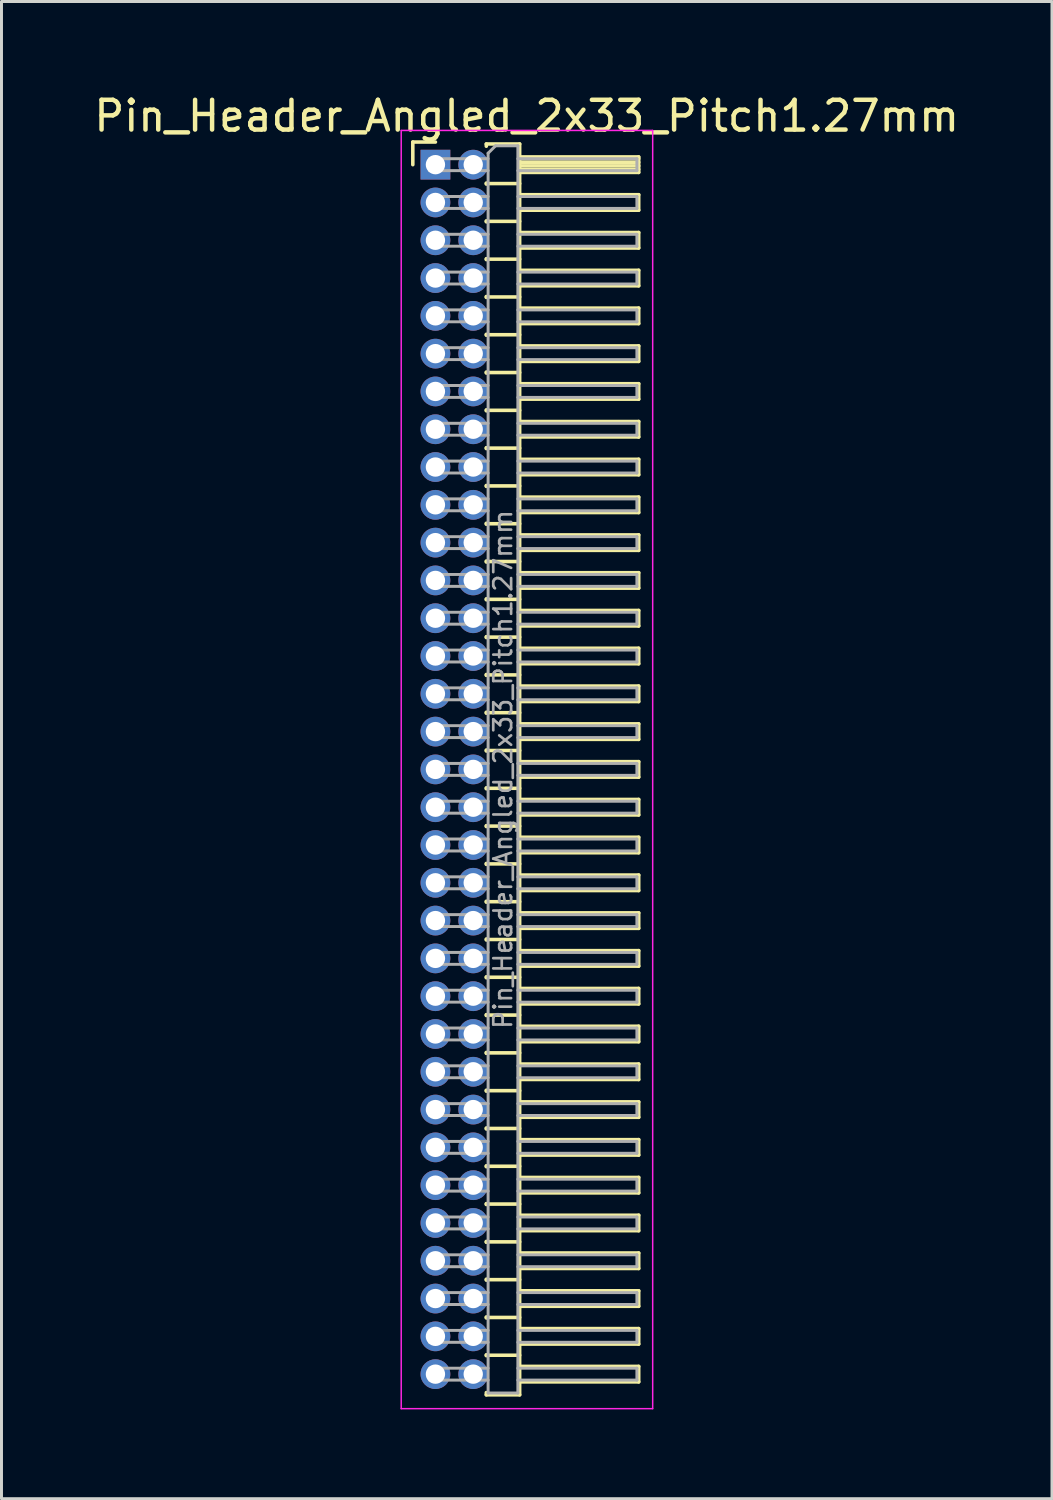
<source format=kicad_pcb>
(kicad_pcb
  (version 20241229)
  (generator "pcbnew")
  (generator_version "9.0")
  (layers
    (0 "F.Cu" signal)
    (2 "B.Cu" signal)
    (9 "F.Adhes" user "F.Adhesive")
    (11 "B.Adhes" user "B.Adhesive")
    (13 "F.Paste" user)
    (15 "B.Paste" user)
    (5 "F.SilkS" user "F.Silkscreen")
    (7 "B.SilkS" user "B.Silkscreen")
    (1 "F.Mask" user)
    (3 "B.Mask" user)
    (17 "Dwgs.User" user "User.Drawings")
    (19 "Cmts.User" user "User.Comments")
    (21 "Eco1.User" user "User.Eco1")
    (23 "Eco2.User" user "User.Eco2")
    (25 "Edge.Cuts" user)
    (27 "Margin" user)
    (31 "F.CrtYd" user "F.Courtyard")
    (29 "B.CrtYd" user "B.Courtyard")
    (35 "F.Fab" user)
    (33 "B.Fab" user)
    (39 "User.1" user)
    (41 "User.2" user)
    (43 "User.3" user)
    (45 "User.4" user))
  (footprint "Pin_Header_Angled_2x33_Pitch1.27mm"
    (layer "F.Cu")
    (at 11.581 2.483)
    (property "Reference" "Pin_Header_Angled_2x33_Pitch1.27mm" (at 3.067 -1.635 0) (layer "F.SilkS") (effects (font (size 1 1) (thickness 0.15))))
    (attr through_hole)
    (fp_line (start -0.76 -0.76) (end 0 -0.76) (stroke (width 0.12) (type solid)) (layer "F.SilkS"))
    (fp_line (start -0.76 0) (end -0.76 -0.76) (stroke (width 0.12) (type solid)) (layer "F.SilkS"))
    (fp_line (start 1.71 -0.695) (end 2.83 -0.695) (stroke (width 0.12) (type solid)) (layer "F.SilkS"))
    (fp_line (start 1.71 -0.62) (end 1.71 -0.695) (stroke (width 0.12) (type solid)) (layer "F.SilkS"))
    (fp_line (start 1.71 0.62) (end 1.71 0.65) (stroke (width 0.12) (type solid)) (layer "F.SilkS"))
    (fp_line (start 1.71 0.635) (end 2.83 0.635) (stroke (width 0.12) (type solid)) (layer "F.SilkS"))
    (fp_line (start 1.71 1.89) (end 1.71 1.92) (stroke (width 0.12) (type solid)) (layer "F.SilkS"))
    (fp_line (start 1.71 1.905) (end 2.83 1.905) (stroke (width 0.12) (type solid)) (layer "F.SilkS"))
    (fp_line (start 1.71 3.16) (end 1.71 3.19) (stroke (width 0.12) (type solid)) (layer "F.SilkS"))
    (fp_line (start 1.71 3.175) (end 2.83 3.175) (stroke (width 0.12) (type solid)) (layer "F.SilkS"))
    (fp_line (start 1.71 4.43) (end 1.71 4.46) (stroke (width 0.12) (type solid)) (layer "F.SilkS"))
    (fp_line (start 1.71 4.445) (end 2.83 4.445) (stroke (width 0.12) (type solid)) (layer "F.SilkS"))
    (fp_line (start 1.71 5.7) (end 1.71 5.73) (stroke (width 0.12) (type solid)) (layer "F.SilkS"))
    (fp_line (start 1.71 5.715) (end 2.83 5.715) (stroke (width 0.12) (type solid)) (layer "F.SilkS"))
    (fp_line (start 1.71 6.97) (end 1.71 7) (stroke (width 0.12) (type solid)) (layer "F.SilkS"))
    (fp_line (start 1.71 6.985) (end 2.83 6.985) (stroke (width 0.12) (type solid)) (layer "F.SilkS"))
    (fp_line (start 1.71 8.24) (end 1.71 8.27) (stroke (width 0.12) (type solid)) (layer "F.SilkS"))
    (fp_line (start 1.71 8.255) (end 2.83 8.255) (stroke (width 0.12) (type solid)) (layer "F.SilkS"))
    (fp_line (start 1.71 9.51) (end 1.71 9.54) (stroke (width 0.12) (type solid)) (layer "F.SilkS"))
    (fp_line (start 1.71 9.525) (end 2.83 9.525) (stroke (width 0.12) (type solid)) (layer "F.SilkS"))
    (fp_line (start 1.71 10.78) (end 1.71 10.81) (stroke (width 0.12) (type solid)) (layer "F.SilkS"))
    (fp_line (start 1.71 10.795) (end 2.83 10.795) (stroke (width 0.12) (type solid)) (layer "F.SilkS"))
    (fp_line (start 1.71 12.05) (end 1.71 12.08) (stroke (width 0.12) (type solid)) (layer "F.SilkS"))
    (fp_line (start 1.71 12.065) (end 2.83 12.065) (stroke (width 0.12) (type solid)) (layer "F.SilkS"))
    (fp_line (start 1.71 13.32) (end 1.71 13.35) (stroke (width 0.12) (type solid)) (layer "F.SilkS"))
    (fp_line (start 1.71 13.335) (end 2.83 13.335) (stroke (width 0.12) (type solid)) (layer "F.SilkS"))
    (fp_line (start 1.71 14.59) (end 1.71 14.62) (stroke (width 0.12) (type solid)) (layer "F.SilkS"))
    (fp_line (start 1.71 14.605) (end 2.83 14.605) (stroke (width 0.12) (type solid)) (layer "F.SilkS"))
    (fp_line (start 1.71 15.86) (end 1.71 15.89) (stroke (width 0.12) (type solid)) (layer "F.SilkS"))
    (fp_line (start 1.71 15.875) (end 2.83 15.875) (stroke (width 0.12) (type solid)) (layer "F.SilkS"))
    (fp_line (start 1.71 17.13) (end 1.71 17.16) (stroke (width 0.12) (type solid)) (layer "F.SilkS"))
    (fp_line (start 1.71 17.145) (end 2.83 17.145) (stroke (width 0.12) (type solid)) (layer "F.SilkS"))
    (fp_line (start 1.71 18.4) (end 1.71 18.43) (stroke (width 0.12) (type solid)) (layer "F.SilkS"))
    (fp_line (start 1.71 18.415) (end 2.83 18.415) (stroke (width 0.12) (type solid)) (layer "F.SilkS"))
    (fp_line (start 1.71 19.67) (end 1.71 19.7) (stroke (width 0.12) (type solid)) (layer "F.SilkS"))
    (fp_line (start 1.71 19.685) (end 2.83 19.685) (stroke (width 0.12) (type solid)) (layer "F.SilkS"))
    (fp_line (start 1.71 20.94) (end 1.71 20.97) (stroke (width 0.12) (type solid)) (layer "F.SilkS"))
    (fp_line (start 1.71 20.955) (end 2.83 20.955) (stroke (width 0.12) (type solid)) (layer "F.SilkS"))
    (fp_line (start 1.71 22.21) (end 1.71 22.24) (stroke (width 0.12) (type solid)) (layer "F.SilkS"))
    (fp_line (start 1.71 22.225) (end 2.83 22.225) (stroke (width 0.12) (type solid)) (layer "F.SilkS"))
    (fp_line (start 1.71 23.48) (end 1.71 23.51) (stroke (width 0.12) (type solid)) (layer "F.SilkS"))
    (fp_line (start 1.71 23.495) (end 2.83 23.495) (stroke (width 0.12) (type solid)) (layer "F.SilkS"))
    (fp_line (start 1.71 24.75) (end 1.71 24.78) (stroke (width 0.12) (type solid)) (layer "F.SilkS"))
    (fp_line (start 1.71 24.765) (end 2.83 24.765) (stroke (width 0.12) (type solid)) (layer "F.SilkS"))
    (fp_line (start 1.71 26.02) (end 1.71 26.05) (stroke (width 0.12) (type solid)) (layer "F.SilkS"))
    (fp_line (start 1.71 26.035) (end 2.83 26.035) (stroke (width 0.12) (type solid)) (layer "F.SilkS"))
    (fp_line (start 1.71 27.29) (end 1.71 27.32) (stroke (width 0.12) (type solid)) (layer "F.SilkS"))
    (fp_line (start 1.71 27.305) (end 2.83 27.305) (stroke (width 0.12) (type solid)) (layer "F.SilkS"))
    (fp_line (start 1.71 28.56) (end 1.71 28.59) (stroke (width 0.12) (type solid)) (layer "F.SilkS"))
    (fp_line (start 1.71 28.575) (end 2.83 28.575) (stroke (width 0.12) (type solid)) (layer "F.SilkS"))
    (fp_line (start 1.71 29.83) (end 1.71 29.86) (stroke (width 0.12) (type solid)) (layer "F.SilkS"))
    (fp_line (start 1.71 29.845) (end 2.83 29.845) (stroke (width 0.12) (type solid)) (layer "F.SilkS"))
    (fp_line (start 1.71 31.1) (end 1.71 31.13) (stroke (width 0.12) (type solid)) (layer "F.SilkS"))
    (fp_line (start 1.71 31.115) (end 2.83 31.115) (stroke (width 0.12) (type solid)) (layer "F.SilkS"))
    (fp_line (start 1.71 32.37) (end 1.71 32.4) (stroke (width 0.12) (type solid)) (layer "F.SilkS"))
    (fp_line (start 1.71 32.385) (end 2.83 32.385) (stroke (width 0.12) (type solid)) (layer "F.SilkS"))
    (fp_line (start 1.71 33.64) (end 1.71 33.67) (stroke (width 0.12) (type solid)) (layer "F.SilkS"))
    (fp_line (start 1.71 33.655) (end 2.83 33.655) (stroke (width 0.12) (type solid)) (layer "F.SilkS"))
    (fp_line (start 1.71 34.91) (end 1.71 34.94) (stroke (width 0.12) (type solid)) (layer "F.SilkS"))
    (fp_line (start 1.71 34.925) (end 2.83 34.925) (stroke (width 0.12) (type solid)) (layer "F.SilkS"))
    (fp_line (start 1.71 36.18) (end 1.71 36.21) (stroke (width 0.12) (type solid)) (layer "F.SilkS"))
    (fp_line (start 1.71 36.195) (end 2.83 36.195) (stroke (width 0.12) (type solid)) (layer "F.SilkS"))
    (fp_line (start 1.71 37.45) (end 1.71 37.48) (stroke (width 0.12) (type solid)) (layer "F.SilkS"))
    (fp_line (start 1.71 37.465) (end 2.83 37.465) (stroke (width 0.12) (type solid)) (layer "F.SilkS"))
    (fp_line (start 1.71 38.72) (end 1.71 38.75) (stroke (width 0.12) (type solid)) (layer "F.SilkS"))
    (fp_line (start 1.71 38.735) (end 2.83 38.735) (stroke (width 0.12) (type solid)) (layer "F.SilkS"))
    (fp_line (start 1.71 39.99) (end 1.71 40.02) (stroke (width 0.12) (type solid)) (layer "F.SilkS"))
    (fp_line (start 1.71 40.005) (end 2.83 40.005) (stroke (width 0.12) (type solid)) (layer "F.SilkS"))
    (fp_line (start 1.71 41.335) (end 1.71 41.26) (stroke (width 0.12) (type solid)) (layer "F.SilkS"))
    (fp_line (start 2.83 -0.695) (end 2.83 41.335) (stroke (width 0.12) (type solid)) (layer "F.SilkS"))
    (fp_line (start 2.83 -0.26) (end 6.83 -0.26) (stroke (width 0.12) (type solid)) (layer "F.SilkS"))
    (fp_line (start 2.83 -0.2) (end 6.83 -0.2) (stroke (width 0.12) (type solid)) (layer "F.SilkS"))
    (fp_line (start 2.83 -0.08) (end 6.83 -0.08) (stroke (width 0.12) (type solid)) (layer "F.SilkS"))
    (fp_line (start 2.83 0.04) (end 6.83 0.04) (stroke (width 0.12) (type solid)) (layer "F.SilkS"))
    (fp_line (start 2.83 0.16) (end 6.83 0.16) (stroke (width 0.12) (type solid)) (layer "F.SilkS"))
    (fp_line (start 2.83 1.01) (end 6.83 1.01) (stroke (width 0.12) (type solid)) (layer "F.SilkS"))
    (fp_line (start 2.83 2.28) (end 6.83 2.28) (stroke (width 0.12) (type solid)) (layer "F.SilkS"))
    (fp_line (start 2.83 3.55) (end 6.83 3.55) (stroke (width 0.12) (type solid)) (layer "F.SilkS"))
    (fp_line (start 2.83 4.82) (end 6.83 4.82) (stroke (width 0.12) (type solid)) (layer "F.SilkS"))
    (fp_line (start 2.83 6.09) (end 6.83 6.09) (stroke (width 0.12) (type solid)) (layer "F.SilkS"))
    (fp_line (start 2.83 7.36) (end 6.83 7.36) (stroke (width 0.12) (type solid)) (layer "F.SilkS"))
    (fp_line (start 2.83 8.63) (end 6.83 8.63) (stroke (width 0.12) (type solid)) (layer "F.SilkS"))
    (fp_line (start 2.83 9.9) (end 6.83 9.9) (stroke (width 0.12) (type solid)) (layer "F.SilkS"))
    (fp_line (start 2.83 11.17) (end 6.83 11.17) (stroke (width 0.12) (type solid)) (layer "F.SilkS"))
    (fp_line (start 2.83 12.44) (end 6.83 12.44) (stroke (width 0.12) (type solid)) (layer "F.SilkS"))
    (fp_line (start 2.83 13.71) (end 6.83 13.71) (stroke (width 0.12) (type solid)) (layer "F.SilkS"))
    (fp_line (start 2.83 14.98) (end 6.83 14.98) (stroke (width 0.12) (type solid)) (layer "F.SilkS"))
    (fp_line (start 2.83 16.25) (end 6.83 16.25) (stroke (width 0.12) (type solid)) (layer "F.SilkS"))
    (fp_line (start 2.83 17.52) (end 6.83 17.52) (stroke (width 0.12) (type solid)) (layer "F.SilkS"))
    (fp_line (start 2.83 18.79) (end 6.83 18.79) (stroke (width 0.12) (type solid)) (layer "F.SilkS"))
    (fp_line (start 2.83 20.06) (end 6.83 20.06) (stroke (width 0.12) (type solid)) (layer "F.SilkS"))
    (fp_line (start 2.83 21.33) (end 6.83 21.33) (stroke (width 0.12) (type solid)) (layer "F.SilkS"))
    (fp_line (start 2.83 22.6) (end 6.83 22.6) (stroke (width 0.12) (type solid)) (layer "F.SilkS"))
    (fp_line (start 2.83 23.87) (end 6.83 23.87) (stroke (width 0.12) (type solid)) (layer "F.SilkS"))
    (fp_line (start 2.83 25.14) (end 6.83 25.14) (stroke (width 0.12) (type solid)) (layer "F.SilkS"))
    (fp_line (start 2.83 26.41) (end 6.83 26.41) (stroke (width 0.12) (type solid)) (layer "F.SilkS"))
    (fp_line (start 2.83 27.68) (end 6.83 27.68) (stroke (width 0.12) (type solid)) (layer "F.SilkS"))
    (fp_line (start 2.83 28.95) (end 6.83 28.95) (stroke (width 0.12) (type solid)) (layer "F.SilkS"))
    (fp_line (start 2.83 30.22) (end 6.83 30.22) (stroke (width 0.12) (type solid)) (layer "F.SilkS"))
    (fp_line (start 2.83 31.49) (end 6.83 31.49) (stroke (width 0.12) (type solid)) (layer "F.SilkS"))
    (fp_line (start 2.83 32.76) (end 6.83 32.76) (stroke (width 0.12) (type solid)) (layer "F.SilkS"))
    (fp_line (start 2.83 34.03) (end 6.83 34.03) (stroke (width 0.12) (type solid)) (layer "F.SilkS"))
    (fp_line (start 2.83 35.3) (end 6.83 35.3) (stroke (width 0.12) (type solid)) (layer "F.SilkS"))
    (fp_line (start 2.83 36.57) (end 6.83 36.57) (stroke (width 0.12) (type solid)) (layer "F.SilkS"))
    (fp_line (start 2.83 37.84) (end 6.83 37.84) (stroke (width 0.12) (type solid)) (layer "F.SilkS"))
    (fp_line (start 2.83 39.11) (end 6.83 39.11) (stroke (width 0.12) (type solid)) (layer "F.SilkS"))
    (fp_line (start 2.83 40.38) (end 6.83 40.38) (stroke (width 0.12) (type solid)) (layer "F.SilkS"))
    (fp_line (start 2.83 41.335) (end 1.71 41.335) (stroke (width 0.12) (type solid)) (layer "F.SilkS"))
    (fp_line (start 6.83 -0.26) (end 6.83 0.26) (stroke (width 0.12) (type solid)) (layer "F.SilkS"))
    (fp_line (start 6.83 0.26) (end 2.83 0.26) (stroke (width 0.12) (type solid)) (layer "F.SilkS"))
    (fp_line (start 6.83 1.01) (end 6.83 1.53) (stroke (width 0.12) (type solid)) (layer "F.SilkS"))
    (fp_line (start 6.83 1.53) (end 2.83 1.53) (stroke (width 0.12) (type solid)) (layer "F.SilkS"))
    (fp_line (start 6.83 2.28) (end 6.83 2.8) (stroke (width 0.12) (type solid)) (layer "F.SilkS"))
    (fp_line (start 6.83 2.8) (end 2.83 2.8) (stroke (width 0.12) (type solid)) (layer "F.SilkS"))
    (fp_line (start 6.83 3.55) (end 6.83 4.07) (stroke (width 0.12) (type solid)) (layer "F.SilkS"))
    (fp_line (start 6.83 4.07) (end 2.83 4.07) (stroke (width 0.12) (type solid)) (layer "F.SilkS"))
    (fp_line (start 6.83 4.82) (end 6.83 5.34) (stroke (width 0.12) (type solid)) (layer "F.SilkS"))
    (fp_line (start 6.83 5.34) (end 2.83 5.34) (stroke (width 0.12) (type solid)) (layer "F.SilkS"))
    (fp_line (start 6.83 6.09) (end 6.83 6.61) (stroke (width 0.12) (type solid)) (layer "F.SilkS"))
    (fp_line (start 6.83 6.61) (end 2.83 6.61) (stroke (width 0.12) (type solid)) (layer "F.SilkS"))
    (fp_line (start 6.83 7.36) (end 6.83 7.88) (stroke (width 0.12) (type solid)) (layer "F.SilkS"))
    (fp_line (start 6.83 7.88) (end 2.83 7.88) (stroke (width 0.12) (type solid)) (layer "F.SilkS"))
    (fp_line (start 6.83 8.63) (end 6.83 9.15) (stroke (width 0.12) (type solid)) (layer "F.SilkS"))
    (fp_line (start 6.83 9.15) (end 2.83 9.15) (stroke (width 0.12) (type solid)) (layer "F.SilkS"))
    (fp_line (start 6.83 9.9) (end 6.83 10.42) (stroke (width 0.12) (type solid)) (layer "F.SilkS"))
    (fp_line (start 6.83 10.42) (end 2.83 10.42) (stroke (width 0.12) (type solid)) (layer "F.SilkS"))
    (fp_line (start 6.83 11.17) (end 6.83 11.69) (stroke (width 0.12) (type solid)) (layer "F.SilkS"))
    (fp_line (start 6.83 11.69) (end 2.83 11.69) (stroke (width 0.12) (type solid)) (layer "F.SilkS"))
    (fp_line (start 6.83 12.44) (end 6.83 12.96) (stroke (width 0.12) (type solid)) (layer "F.SilkS"))
    (fp_line (start 6.83 12.96) (end 2.83 12.96) (stroke (width 0.12) (type solid)) (layer "F.SilkS"))
    (fp_line (start 6.83 13.71) (end 6.83 14.23) (stroke (width 0.12) (type solid)) (layer "F.SilkS"))
    (fp_line (start 6.83 14.23) (end 2.83 14.23) (stroke (width 0.12) (type solid)) (layer "F.SilkS"))
    (fp_line (start 6.83 14.98) (end 6.83 15.5) (stroke (width 0.12) (type solid)) (layer "F.SilkS"))
    (fp_line (start 6.83 15.5) (end 2.83 15.5) (stroke (width 0.12) (type solid)) (layer "F.SilkS"))
    (fp_line (start 6.83 16.25) (end 6.83 16.77) (stroke (width 0.12) (type solid)) (layer "F.SilkS"))
    (fp_line (start 6.83 16.77) (end 2.83 16.77) (stroke (width 0.12) (type solid)) (layer "F.SilkS"))
    (fp_line (start 6.83 17.52) (end 6.83 18.04) (stroke (width 0.12) (type solid)) (layer "F.SilkS"))
    (fp_line (start 6.83 18.04) (end 2.83 18.04) (stroke (width 0.12) (type solid)) (layer "F.SilkS"))
    (fp_line (start 6.83 18.79) (end 6.83 19.31) (stroke (width 0.12) (type solid)) (layer "F.SilkS"))
    (fp_line (start 6.83 19.31) (end 2.83 19.31) (stroke (width 0.12) (type solid)) (layer "F.SilkS"))
    (fp_line (start 6.83 20.06) (end 6.83 20.58) (stroke (width 0.12) (type solid)) (layer "F.SilkS"))
    (fp_line (start 6.83 20.58) (end 2.83 20.58) (stroke (width 0.12) (type solid)) (layer "F.SilkS"))
    (fp_line (start 6.83 21.33) (end 6.83 21.85) (stroke (width 0.12) (type solid)) (layer "F.SilkS"))
    (fp_line (start 6.83 21.85) (end 2.83 21.85) (stroke (width 0.12) (type solid)) (layer "F.SilkS"))
    (fp_line (start 6.83 22.6) (end 6.83 23.12) (stroke (width 0.12) (type solid)) (layer "F.SilkS"))
    (fp_line (start 6.83 23.12) (end 2.83 23.12) (stroke (width 0.12) (type solid)) (layer "F.SilkS"))
    (fp_line (start 6.83 23.87) (end 6.83 24.39) (stroke (width 0.12) (type solid)) (layer "F.SilkS"))
    (fp_line (start 6.83 24.39) (end 2.83 24.39) (stroke (width 0.12) (type solid)) (layer "F.SilkS"))
    (fp_line (start 6.83 25.14) (end 6.83 25.66) (stroke (width 0.12) (type solid)) (layer "F.SilkS"))
    (fp_line (start 6.83 25.66) (end 2.83 25.66) (stroke (width 0.12) (type solid)) (layer "F.SilkS"))
    (fp_line (start 6.83 26.41) (end 6.83 26.93) (stroke (width 0.12) (type solid)) (layer "F.SilkS"))
    (fp_line (start 6.83 26.93) (end 2.83 26.93) (stroke (width 0.12) (type solid)) (layer "F.SilkS"))
    (fp_line (start 6.83 27.68) (end 6.83 28.2) (stroke (width 0.12) (type solid)) (layer "F.SilkS"))
    (fp_line (start 6.83 28.2) (end 2.83 28.2) (stroke (width 0.12) (type solid)) (layer "F.SilkS"))
    (fp_line (start 6.83 28.95) (end 6.83 29.47) (stroke (width 0.12) (type solid)) (layer "F.SilkS"))
    (fp_line (start 6.83 29.47) (end 2.83 29.47) (stroke (width 0.12) (type solid)) (layer "F.SilkS"))
    (fp_line (start 6.83 30.22) (end 6.83 30.74) (stroke (width 0.12) (type solid)) (layer "F.SilkS"))
    (fp_line (start 6.83 30.74) (end 2.83 30.74) (stroke (width 0.12) (type solid)) (layer "F.SilkS"))
    (fp_line (start 6.83 31.49) (end 6.83 32.01) (stroke (width 0.12) (type solid)) (layer "F.SilkS"))
    (fp_line (start 6.83 32.01) (end 2.83 32.01) (stroke (width 0.12) (type solid)) (layer "F.SilkS"))
    (fp_line (start 6.83 32.76) (end 6.83 33.28) (stroke (width 0.12) (type solid)) (layer "F.SilkS"))
    (fp_line (start 6.83 33.28) (end 2.83 33.28) (stroke (width 0.12) (type solid)) (layer "F.SilkS"))
    (fp_line (start 6.83 34.03) (end 6.83 34.55) (stroke (width 0.12) (type solid)) (layer "F.SilkS"))
    (fp_line (start 6.83 34.55) (end 2.83 34.55) (stroke (width 0.12) (type solid)) (layer "F.SilkS"))
    (fp_line (start 6.83 35.3) (end 6.83 35.82) (stroke (width 0.12) (type solid)) (layer "F.SilkS"))
    (fp_line (start 6.83 35.82) (end 2.83 35.82) (stroke (width 0.12) (type solid)) (layer "F.SilkS"))
    (fp_line (start 6.83 36.57) (end 6.83 37.09) (stroke (width 0.12) (type solid)) (layer "F.SilkS"))
    (fp_line (start 6.83 37.09) (end 2.83 37.09) (stroke (width 0.12) (type solid)) (layer "F.SilkS"))
    (fp_line (start 6.83 37.84) (end 6.83 38.36) (stroke (width 0.12) (type solid)) (layer "F.SilkS"))
    (fp_line (start 6.83 38.36) (end 2.83 38.36) (stroke (width 0.12) (type solid)) (layer "F.SilkS"))
    (fp_line (start 6.83 39.11) (end 6.83 39.63) (stroke (width 0.12) (type solid)) (layer "F.SilkS"))
    (fp_line (start 6.83 39.63) (end 2.83 39.63) (stroke (width 0.12) (type solid)) (layer "F.SilkS"))
    (fp_line (start 6.83 40.38) (end 6.83 40.9) (stroke (width 0.12) (type solid)) (layer "F.SilkS"))
    (fp_line (start 6.83 40.9) (end 2.83 40.9) (stroke (width 0.12) (type solid)) (layer "F.SilkS"))
    (fp_line (start -1.15 -1.15) (end -1.15 41.8) (stroke (width 0.05) (type solid)) (layer "F.CrtYd"))
    (fp_line (start -1.15 41.8) (end 7.3 41.8) (stroke (width 0.05) (type solid)) (layer "F.CrtYd"))
    (fp_line (start 7.3 -1.15) (end -1.15 -1.15) (stroke (width 0.05) (type solid)) (layer "F.CrtYd"))
    (fp_line (start 7.3 41.8) (end 7.3 -1.15) (stroke (width 0.05) (type solid)) (layer "F.CrtYd"))
    (fp_line (start -0.2 -0.2) (end -0.2 0.2) (stroke (width 0.1) (type solid)) (layer "F.Fab"))
    (fp_line (start -0.2 -0.2) (end 1.77 -0.2) (stroke (width 0.1) (type solid)) (layer "F.Fab"))
    (fp_line (start -0.2 0.2) (end 1.77 0.2) (stroke (width 0.1) (type solid)) (layer "F.Fab"))
    (fp_line (start -0.2 1.07) (end -0.2 1.47) (stroke (width 0.1) (type solid)) (layer "F.Fab"))
    (fp_line (start -0.2 1.07) (end 1.77 1.07) (stroke (width 0.1) (type solid)) (layer "F.Fab"))
    (fp_line (start -0.2 1.47) (end 1.77 1.47) (stroke (width 0.1) (type solid)) (layer "F.Fab"))
    (fp_line (start -0.2 2.34) (end -0.2 2.74) (stroke (width 0.1) (type solid)) (layer "F.Fab"))
    (fp_line (start -0.2 2.34) (end 1.77 2.34) (stroke (width 0.1) (type solid)) (layer "F.Fab"))
    (fp_line (start -0.2 2.74) (end 1.77 2.74) (stroke (width 0.1) (type solid)) (layer "F.Fab"))
    (fp_line (start -0.2 3.61) (end -0.2 4.01) (stroke (width 0.1) (type solid)) (layer "F.Fab"))
    (fp_line (start -0.2 3.61) (end 1.77 3.61) (stroke (width 0.1) (type solid)) (layer "F.Fab"))
    (fp_line (start -0.2 4.01) (end 1.77 4.01) (stroke (width 0.1) (type solid)) (layer "F.Fab"))
    (fp_line (start -0.2 4.88) (end -0.2 5.28) (stroke (width 0.1) (type solid)) (layer "F.Fab"))
    (fp_line (start -0.2 4.88) (end 1.77 4.88) (stroke (width 0.1) (type solid)) (layer "F.Fab"))
    (fp_line (start -0.2 5.28) (end 1.77 5.28) (stroke (width 0.1) (type solid)) (layer "F.Fab"))
    (fp_line (start -0.2 6.15) (end -0.2 6.55) (stroke (width 0.1) (type solid)) (layer "F.Fab"))
    (fp_line (start -0.2 6.15) (end 1.77 6.15) (stroke (width 0.1) (type solid)) (layer "F.Fab"))
    (fp_line (start -0.2 6.55) (end 1.77 6.55) (stroke (width 0.1) (type solid)) (layer "F.Fab"))
    (fp_line (start -0.2 7.42) (end -0.2 7.82) (stroke (width 0.1) (type solid)) (layer "F.Fab"))
    (fp_line (start -0.2 7.42) (end 1.77 7.42) (stroke (width 0.1) (type solid)) (layer "F.Fab"))
    (fp_line (start -0.2 7.82) (end 1.77 7.82) (stroke (width 0.1) (type solid)) (layer "F.Fab"))
    (fp_line (start -0.2 8.69) (end -0.2 9.09) (stroke (width 0.1) (type solid)) (layer "F.Fab"))
    (fp_line (start -0.2 8.69) (end 1.77 8.69) (stroke (width 0.1) (type solid)) (layer "F.Fab"))
    (fp_line (start -0.2 9.09) (end 1.77 9.09) (stroke (width 0.1) (type solid)) (layer "F.Fab"))
    (fp_line (start -0.2 9.96) (end -0.2 10.36) (stroke (width 0.1) (type solid)) (layer "F.Fab"))
    (fp_line (start -0.2 9.96) (end 1.77 9.96) (stroke (width 0.1) (type solid)) (layer "F.Fab"))
    (fp_line (start -0.2 10.36) (end 1.77 10.36) (stroke (width 0.1) (type solid)) (layer "F.Fab"))
    (fp_line (start -0.2 11.23) (end -0.2 11.63) (stroke (width 0.1) (type solid)) (layer "F.Fab"))
    (fp_line (start -0.2 11.23) (end 1.77 11.23) (stroke (width 0.1) (type solid)) (layer "F.Fab"))
    (fp_line (start -0.2 11.63) (end 1.77 11.63) (stroke (width 0.1) (type solid)) (layer "F.Fab"))
    (fp_line (start -0.2 12.5) (end -0.2 12.9) (stroke (width 0.1) (type solid)) (layer "F.Fab"))
    (fp_line (start -0.2 12.5) (end 1.77 12.5) (stroke (width 0.1) (type solid)) (layer "F.Fab"))
    (fp_line (start -0.2 12.9) (end 1.77 12.9) (stroke (width 0.1) (type solid)) (layer "F.Fab"))
    (fp_line (start -0.2 13.77) (end -0.2 14.17) (stroke (width 0.1) (type solid)) (layer "F.Fab"))
    (fp_line (start -0.2 13.77) (end 1.77 13.77) (stroke (width 0.1) (type solid)) (layer "F.Fab"))
    (fp_line (start -0.2 14.17) (end 1.77 14.17) (stroke (width 0.1) (type solid)) (layer "F.Fab"))
    (fp_line (start -0.2 15.04) (end -0.2 15.44) (stroke (width 0.1) (type solid)) (layer "F.Fab"))
    (fp_line (start -0.2 15.04) (end 1.77 15.04) (stroke (width 0.1) (type solid)) (layer "F.Fab"))
    (fp_line (start -0.2 15.44) (end 1.77 15.44) (stroke (width 0.1) (type solid)) (layer "F.Fab"))
    (fp_line (start -0.2 16.31) (end -0.2 16.71) (stroke (width 0.1) (type solid)) (layer "F.Fab"))
    (fp_line (start -0.2 16.31) (end 1.77 16.31) (stroke (width 0.1) (type solid)) (layer "F.Fab"))
    (fp_line (start -0.2 16.71) (end 1.77 16.71) (stroke (width 0.1) (type solid)) (layer "F.Fab"))
    (fp_line (start -0.2 17.58) (end -0.2 17.98) (stroke (width 0.1) (type solid)) (layer "F.Fab"))
    (fp_line (start -0.2 17.58) (end 1.77 17.58) (stroke (width 0.1) (type solid)) (layer "F.Fab"))
    (fp_line (start -0.2 17.98) (end 1.77 17.98) (stroke (width 0.1) (type solid)) (layer "F.Fab"))
    (fp_line (start -0.2 18.85) (end -0.2 19.25) (stroke (width 0.1) (type solid)) (layer "F.Fab"))
    (fp_line (start -0.2 18.85) (end 1.77 18.85) (stroke (width 0.1) (type solid)) (layer "F.Fab"))
    (fp_line (start -0.2 19.25) (end 1.77 19.25) (stroke (width 0.1) (type solid)) (layer "F.Fab"))
    (fp_line (start -0.2 20.12) (end -0.2 20.52) (stroke (width 0.1) (type solid)) (layer "F.Fab"))
    (fp_line (start -0.2 20.12) (end 1.77 20.12) (stroke (width 0.1) (type solid)) (layer "F.Fab"))
    (fp_line (start -0.2 20.52) (end 1.77 20.52) (stroke (width 0.1) (type solid)) (layer "F.Fab"))
    (fp_line (start -0.2 21.39) (end -0.2 21.79) (stroke (width 0.1) (type solid)) (layer "F.Fab"))
    (fp_line (start -0.2 21.39) (end 1.77 21.39) (stroke (width 0.1) (type solid)) (layer "F.Fab"))
    (fp_line (start -0.2 21.79) (end 1.77 21.79) (stroke (width 0.1) (type solid)) (layer "F.Fab"))
    (fp_line (start -0.2 22.66) (end -0.2 23.06) (stroke (width 0.1) (type solid)) (layer "F.Fab"))
    (fp_line (start -0.2 22.66) (end 1.77 22.66) (stroke (width 0.1) (type solid)) (layer "F.Fab"))
    (fp_line (start -0.2 23.06) (end 1.77 23.06) (stroke (width 0.1) (type solid)) (layer "F.Fab"))
    (fp_line (start -0.2 23.93) (end -0.2 24.33) (stroke (width 0.1) (type solid)) (layer "F.Fab"))
    (fp_line (start -0.2 23.93) (end 1.77 23.93) (stroke (width 0.1) (type solid)) (layer "F.Fab"))
    (fp_line (start -0.2 24.33) (end 1.77 24.33) (stroke (width 0.1) (type solid)) (layer "F.Fab"))
    (fp_line (start -0.2 25.2) (end -0.2 25.6) (stroke (width 0.1) (type solid)) (layer "F.Fab"))
    (fp_line (start -0.2 25.2) (end 1.77 25.2) (stroke (width 0.1) (type solid)) (layer "F.Fab"))
    (fp_line (start -0.2 25.6) (end 1.77 25.6) (stroke (width 0.1) (type solid)) (layer "F.Fab"))
    (fp_line (start -0.2 26.47) (end -0.2 26.87) (stroke (width 0.1) (type solid)) (layer "F.Fab"))
    (fp_line (start -0.2 26.47) (end 1.77 26.47) (stroke (width 0.1) (type solid)) (layer "F.Fab"))
    (fp_line (start -0.2 26.87) (end 1.77 26.87) (stroke (width 0.1) (type solid)) (layer "F.Fab"))
    (fp_line (start -0.2 27.74) (end -0.2 28.14) (stroke (width 0.1) (type solid)) (layer "F.Fab"))
    (fp_line (start -0.2 27.74) (end 1.77 27.74) (stroke (width 0.1) (type solid)) (layer "F.Fab"))
    (fp_line (start -0.2 28.14) (end 1.77 28.14) (stroke (width 0.1) (type solid)) (layer "F.Fab"))
    (fp_line (start -0.2 29.01) (end -0.2 29.41) (stroke (width 0.1) (type solid)) (layer "F.Fab"))
    (fp_line (start -0.2 29.01) (end 1.77 29.01) (stroke (width 0.1) (type solid)) (layer "F.Fab"))
    (fp_line (start -0.2 29.41) (end 1.77 29.41) (stroke (width 0.1) (type solid)) (layer "F.Fab"))
    (fp_line (start -0.2 30.28) (end -0.2 30.68) (stroke (width 0.1) (type solid)) (layer "F.Fab"))
    (fp_line (start -0.2 30.28) (end 1.77 30.28) (stroke (width 0.1) (type solid)) (layer "F.Fab"))
    (fp_line (start -0.2 30.68) (end 1.77 30.68) (stroke (width 0.1) (type solid)) (layer "F.Fab"))
    (fp_line (start -0.2 31.55) (end -0.2 31.95) (stroke (width 0.1) (type solid)) (layer "F.Fab"))
    (fp_line (start -0.2 31.55) (end 1.77 31.55) (stroke (width 0.1) (type solid)) (layer "F.Fab"))
    (fp_line (start -0.2 31.95) (end 1.77 31.95) (stroke (width 0.1) (type solid)) (layer "F.Fab"))
    (fp_line (start -0.2 32.82) (end -0.2 33.22) (stroke (width 0.1) (type solid)) (layer "F.Fab"))
    (fp_line (start -0.2 32.82) (end 1.77 32.82) (stroke (width 0.1) (type solid)) (layer "F.Fab"))
    (fp_line (start -0.2 33.22) (end 1.77 33.22) (stroke (width 0.1) (type solid)) (layer "F.Fab"))
    (fp_line (start -0.2 34.09) (end -0.2 34.49) (stroke (width 0.1) (type solid)) (layer "F.Fab"))
    (fp_line (start -0.2 34.09) (end 1.77 34.09) (stroke (width 0.1) (type solid)) (layer "F.Fab"))
    (fp_line (start -0.2 34.49) (end 1.77 34.49) (stroke (width 0.1) (type solid)) (layer "F.Fab"))
    (fp_line (start -0.2 35.36) (end -0.2 35.76) (stroke (width 0.1) (type solid)) (layer "F.Fab"))
    (fp_line (start -0.2 35.36) (end 1.77 35.36) (stroke (width 0.1) (type solid)) (layer "F.Fab"))
    (fp_line (start -0.2 35.76) (end 1.77 35.76) (stroke (width 0.1) (type solid)) (layer "F.Fab"))
    (fp_line (start -0.2 36.63) (end -0.2 37.03) (stroke (width 0.1) (type solid)) (layer "F.Fab"))
    (fp_line (start -0.2 36.63) (end 1.77 36.63) (stroke (width 0.1) (type solid)) (layer "F.Fab"))
    (fp_line (start -0.2 37.03) (end 1.77 37.03) (stroke (width 0.1) (type solid)) (layer "F.Fab"))
    (fp_line (start -0.2 37.9) (end -0.2 38.3) (stroke (width 0.1) (type solid)) (layer "F.Fab"))
    (fp_line (start -0.2 37.9) (end 1.77 37.9) (stroke (width 0.1) (type solid)) (layer "F.Fab"))
    (fp_line (start -0.2 38.3) (end 1.77 38.3) (stroke (width 0.1) (type solid)) (layer "F.Fab"))
    (fp_line (start -0.2 39.17) (end -0.2 39.57) (stroke (width 0.1) (type solid)) (layer "F.Fab"))
    (fp_line (start -0.2 39.17) (end 1.77 39.17) (stroke (width 0.1) (type solid)) (layer "F.Fab"))
    (fp_line (start -0.2 39.57) (end 1.77 39.57) (stroke (width 0.1) (type solid)) (layer "F.Fab"))
    (fp_line (start -0.2 40.44) (end -0.2 40.84) (stroke (width 0.1) (type solid)) (layer "F.Fab"))
    (fp_line (start -0.2 40.44) (end 1.77 40.44) (stroke (width 0.1) (type solid)) (layer "F.Fab"))
    (fp_line (start -0.2 40.84) (end 1.77 40.84) (stroke (width 0.1) (type solid)) (layer "F.Fab"))
    (fp_line (start 1.77 -0.385) (end 2.02 -0.635) (stroke (width 0.1) (type solid)) (layer "F.Fab"))
    (fp_line (start 1.77 41.275) (end 1.77 -0.385) (stroke (width 0.1) (type solid)) (layer "F.Fab"))
    (fp_line (start 2.02 -0.635) (end 2.77 -0.635) (stroke (width 0.1) (type solid)) (layer "F.Fab"))
    (fp_line (start 2.77 -0.635) (end 2.77 41.275) (stroke (width 0.1) (type solid)) (layer "F.Fab"))
    (fp_line (start 2.77 -0.2) (end 6.77 -0.2) (stroke (width 0.1) (type solid)) (layer "F.Fab"))
    (fp_line (start 2.77 0.2) (end 6.77 0.2) (stroke (width 0.1) (type solid)) (layer "F.Fab"))
    (fp_line (start 2.77 1.07) (end 6.77 1.07) (stroke (width 0.1) (type solid)) (layer "F.Fab"))
    (fp_line (start 2.77 1.47) (end 6.77 1.47) (stroke (width 0.1) (type solid)) (layer "F.Fab"))
    (fp_line (start 2.77 2.34) (end 6.77 2.34) (stroke (width 0.1) (type solid)) (layer "F.Fab"))
    (fp_line (start 2.77 2.74) (end 6.77 2.74) (stroke (width 0.1) (type solid)) (layer "F.Fab"))
    (fp_line (start 2.77 3.61) (end 6.77 3.61) (stroke (width 0.1) (type solid)) (layer "F.Fab"))
    (fp_line (start 2.77 4.01) (end 6.77 4.01) (stroke (width 0.1) (type solid)) (layer "F.Fab"))
    (fp_line (start 2.77 4.88) (end 6.77 4.88) (stroke (width 0.1) (type solid)) (layer "F.Fab"))
    (fp_line (start 2.77 5.28) (end 6.77 5.28) (stroke (width 0.1) (type solid)) (layer "F.Fab"))
    (fp_line (start 2.77 6.15) (end 6.77 6.15) (stroke (width 0.1) (type solid)) (layer "F.Fab"))
    (fp_line (start 2.77 6.55) (end 6.77 6.55) (stroke (width 0.1) (type solid)) (layer "F.Fab"))
    (fp_line (start 2.77 7.42) (end 6.77 7.42) (stroke (width 0.1) (type solid)) (layer "F.Fab"))
    (fp_line (start 2.77 7.82) (end 6.77 7.82) (stroke (width 0.1) (type solid)) (layer "F.Fab"))
    (fp_line (start 2.77 8.69) (end 6.77 8.69) (stroke (width 0.1) (type solid)) (layer "F.Fab"))
    (fp_line (start 2.77 9.09) (end 6.77 9.09) (stroke (width 0.1) (type solid)) (layer "F.Fab"))
    (fp_line (start 2.77 9.96) (end 6.77 9.96) (stroke (width 0.1) (type solid)) (layer "F.Fab"))
    (fp_line (start 2.77 10.36) (end 6.77 10.36) (stroke (width 0.1) (type solid)) (layer "F.Fab"))
    (fp_line (start 2.77 11.23) (end 6.77 11.23) (stroke (width 0.1) (type solid)) (layer "F.Fab"))
    (fp_line (start 2.77 11.63) (end 6.77 11.63) (stroke (width 0.1) (type solid)) (layer "F.Fab"))
    (fp_line (start 2.77 12.5) (end 6.77 12.5) (stroke (width 0.1) (type solid)) (layer "F.Fab"))
    (fp_line (start 2.77 12.9) (end 6.77 12.9) (stroke (width 0.1) (type solid)) (layer "F.Fab"))
    (fp_line (start 2.77 13.77) (end 6.77 13.77) (stroke (width 0.1) (type solid)) (layer "F.Fab"))
    (fp_line (start 2.77 14.17) (end 6.77 14.17) (stroke (width 0.1) (type solid)) (layer "F.Fab"))
    (fp_line (start 2.77 15.04) (end 6.77 15.04) (stroke (width 0.1) (type solid)) (layer "F.Fab"))
    (fp_line (start 2.77 15.44) (end 6.77 15.44) (stroke (width 0.1) (type solid)) (layer "F.Fab"))
    (fp_line (start 2.77 16.31) (end 6.77 16.31) (stroke (width 0.1) (type solid)) (layer "F.Fab"))
    (fp_line (start 2.77 16.71) (end 6.77 16.71) (stroke (width 0.1) (type solid)) (layer "F.Fab"))
    (fp_line (start 2.77 17.58) (end 6.77 17.58) (stroke (width 0.1) (type solid)) (layer "F.Fab"))
    (fp_line (start 2.77 17.98) (end 6.77 17.98) (stroke (width 0.1) (type solid)) (layer "F.Fab"))
    (fp_line (start 2.77 18.85) (end 6.77 18.85) (stroke (width 0.1) (type solid)) (layer "F.Fab"))
    (fp_line (start 2.77 19.25) (end 6.77 19.25) (stroke (width 0.1) (type solid)) (layer "F.Fab"))
    (fp_line (start 2.77 20.12) (end 6.77 20.12) (stroke (width 0.1) (type solid)) (layer "F.Fab"))
    (fp_line (start 2.77 20.52) (end 6.77 20.52) (stroke (width 0.1) (type solid)) (layer "F.Fab"))
    (fp_line (start 2.77 21.39) (end 6.77 21.39) (stroke (width 0.1) (type solid)) (layer "F.Fab"))
    (fp_line (start 2.77 21.79) (end 6.77 21.79) (stroke (width 0.1) (type solid)) (layer "F.Fab"))
    (fp_line (start 2.77 22.66) (end 6.77 22.66) (stroke (width 0.1) (type solid)) (layer "F.Fab"))
    (fp_line (start 2.77 23.06) (end 6.77 23.06) (stroke (width 0.1) (type solid)) (layer "F.Fab"))
    (fp_line (start 2.77 23.93) (end 6.77 23.93) (stroke (width 0.1) (type solid)) (layer "F.Fab"))
    (fp_line (start 2.77 24.33) (end 6.77 24.33) (stroke (width 0.1) (type solid)) (layer "F.Fab"))
    (fp_line (start 2.77 25.2) (end 6.77 25.2) (stroke (width 0.1) (type solid)) (layer "F.Fab"))
    (fp_line (start 2.77 25.6) (end 6.77 25.6) (stroke (width 0.1) (type solid)) (layer "F.Fab"))
    (fp_line (start 2.77 26.47) (end 6.77 26.47) (stroke (width 0.1) (type solid)) (layer "F.Fab"))
    (fp_line (start 2.77 26.87) (end 6.77 26.87) (stroke (width 0.1) (type solid)) (layer "F.Fab"))
    (fp_line (start 2.77 27.74) (end 6.77 27.74) (stroke (width 0.1) (type solid)) (layer "F.Fab"))
    (fp_line (start 2.77 28.14) (end 6.77 28.14) (stroke (width 0.1) (type solid)) (layer "F.Fab"))
    (fp_line (start 2.77 29.01) (end 6.77 29.01) (stroke (width 0.1) (type solid)) (layer "F.Fab"))
    (fp_line (start 2.77 29.41) (end 6.77 29.41) (stroke (width 0.1) (type solid)) (layer "F.Fab"))
    (fp_line (start 2.77 30.28) (end 6.77 30.28) (stroke (width 0.1) (type solid)) (layer "F.Fab"))
    (fp_line (start 2.77 30.68) (end 6.77 30.68) (stroke (width 0.1) (type solid)) (layer "F.Fab"))
    (fp_line (start 2.77 31.55) (end 6.77 31.55) (stroke (width 0.1) (type solid)) (layer "F.Fab"))
    (fp_line (start 2.77 31.95) (end 6.77 31.95) (stroke (width 0.1) (type solid)) (layer "F.Fab"))
    (fp_line (start 2.77 32.82) (end 6.77 32.82) (stroke (width 0.1) (type solid)) (layer "F.Fab"))
    (fp_line (start 2.77 33.22) (end 6.77 33.22) (stroke (width 0.1) (type solid)) (layer "F.Fab"))
    (fp_line (start 2.77 34.09) (end 6.77 34.09) (stroke (width 0.1) (type solid)) (layer "F.Fab"))
    (fp_line (start 2.77 34.49) (end 6.77 34.49) (stroke (width 0.1) (type solid)) (layer "F.Fab"))
    (fp_line (start 2.77 35.36) (end 6.77 35.36) (stroke (width 0.1) (type solid)) (layer "F.Fab"))
    (fp_line (start 2.77 35.76) (end 6.77 35.76) (stroke (width 0.1) (type solid)) (layer "F.Fab"))
    (fp_line (start 2.77 36.63) (end 6.77 36.63) (stroke (width 0.1) (type solid)) (layer "F.Fab"))
    (fp_line (start 2.77 37.03) (end 6.77 37.03) (stroke (width 0.1) (type solid)) (layer "F.Fab"))
    (fp_line (start 2.77 37.9) (end 6.77 37.9) (stroke (width 0.1) (type solid)) (layer "F.Fab"))
    (fp_line (start 2.77 38.3) (end 6.77 38.3) (stroke (width 0.1) (type solid)) (layer "F.Fab"))
    (fp_line (start 2.77 39.17) (end 6.77 39.17) (stroke (width 0.1) (type solid)) (layer "F.Fab"))
    (fp_line (start 2.77 39.57) (end 6.77 39.57) (stroke (width 0.1) (type solid)) (layer "F.Fab"))
    (fp_line (start 2.77 40.44) (end 6.77 40.44) (stroke (width 0.1) (type solid)) (layer "F.Fab"))
    (fp_line (start 2.77 40.84) (end 6.77 40.84) (stroke (width 0.1) (type solid)) (layer "F.Fab"))
    (fp_line (start 2.77 41.275) (end 1.77 41.275) (stroke (width 0.1) (type solid)) (layer "F.Fab"))
    (fp_line (start 6.77 -0.2) (end 6.77 0.2) (stroke (width 0.1) (type solid)) (layer "F.Fab"))
    (fp_line (start 6.77 1.07) (end 6.77 1.47) (stroke (width 0.1) (type solid)) (layer "F.Fab"))
    (fp_line (start 6.77 2.34) (end 6.77 2.74) (stroke (width 0.1) (type solid)) (layer "F.Fab"))
    (fp_line (start 6.77 3.61) (end 6.77 4.01) (stroke (width 0.1) (type solid)) (layer "F.Fab"))
    (fp_line (start 6.77 4.88) (end 6.77 5.28) (stroke (width 0.1) (type solid)) (layer "F.Fab"))
    (fp_line (start 6.77 6.15) (end 6.77 6.55) (stroke (width 0.1) (type solid)) (layer "F.Fab"))
    (fp_line (start 6.77 7.42) (end 6.77 7.82) (stroke (width 0.1) (type solid)) (layer "F.Fab"))
    (fp_line (start 6.77 8.69) (end 6.77 9.09) (stroke (width 0.1) (type solid)) (layer "F.Fab"))
    (fp_line (start 6.77 9.96) (end 6.77 10.36) (stroke (width 0.1) (type solid)) (layer "F.Fab"))
    (fp_line (start 6.77 11.23) (end 6.77 11.63) (stroke (width 0.1) (type solid)) (layer "F.Fab"))
    (fp_line (start 6.77 12.5) (end 6.77 12.9) (stroke (width 0.1) (type solid)) (layer "F.Fab"))
    (fp_line (start 6.77 13.77) (end 6.77 14.17) (stroke (width 0.1) (type solid)) (layer "F.Fab"))
    (fp_line (start 6.77 15.04) (end 6.77 15.44) (stroke (width 0.1) (type solid)) (layer "F.Fab"))
    (fp_line (start 6.77 16.31) (end 6.77 16.71) (stroke (width 0.1) (type solid)) (layer "F.Fab"))
    (fp_line (start 6.77 17.58) (end 6.77 17.98) (stroke (width 0.1) (type solid)) (layer "F.Fab"))
    (fp_line (start 6.77 18.85) (end 6.77 19.25) (stroke (width 0.1) (type solid)) (layer "F.Fab"))
    (fp_line (start 6.77 20.12) (end 6.77 20.52) (stroke (width 0.1) (type solid)) (layer "F.Fab"))
    (fp_line (start 6.77 21.39) (end 6.77 21.79) (stroke (width 0.1) (type solid)) (layer "F.Fab"))
    (fp_line (start 6.77 22.66) (end 6.77 23.06) (stroke (width 0.1) (type solid)) (layer "F.Fab"))
    (fp_line (start 6.77 23.93) (end 6.77 24.33) (stroke (width 0.1) (type solid)) (layer "F.Fab"))
    (fp_line (start 6.77 25.2) (end 6.77 25.6) (stroke (width 0.1) (type solid)) (layer "F.Fab"))
    (fp_line (start 6.77 26.47) (end 6.77 26.87) (stroke (width 0.1) (type solid)) (layer "F.Fab"))
    (fp_line (start 6.77 27.74) (end 6.77 28.14) (stroke (width 0.1) (type solid)) (layer "F.Fab"))
    (fp_line (start 6.77 29.01) (end 6.77 29.41) (stroke (width 0.1) (type solid)) (layer "F.Fab"))
    (fp_line (start 6.77 30.28) (end 6.77 30.68) (stroke (width 0.1) (type solid)) (layer "F.Fab"))
    (fp_line (start 6.77 31.55) (end 6.77 31.95) (stroke (width 0.1) (type solid)) (layer "F.Fab"))
    (fp_line (start 6.77 32.82) (end 6.77 33.22) (stroke (width 0.1) (type solid)) (layer "F.Fab"))
    (fp_line (start 6.77 34.09) (end 6.77 34.49) (stroke (width 0.1) (type solid)) (layer "F.Fab"))
    (fp_line (start 6.77 35.36) (end 6.77 35.76) (stroke (width 0.1) (type solid)) (layer "F.Fab"))
    (fp_line (start 6.77 36.63) (end 6.77 37.03) (stroke (width 0.1) (type solid)) (layer "F.Fab"))
    (fp_line (start 6.77 37.9) (end 6.77 38.3) (stroke (width 0.1) (type solid)) (layer "F.Fab"))
    (fp_line (start 6.77 39.17) (end 6.77 39.57) (stroke (width 0.1) (type solid)) (layer "F.Fab"))
    (fp_line (start 6.77 40.44) (end 6.77 40.84) (stroke (width 0.1) (type solid)) (layer "F.Fab"))
    (fp_text user "${REFERENCE}" (at 2.27 20.32 90) (layer "F.Fab") (effects (font (size 0.6 0.6) (thickness 0.09))))
    (pad "1" thru_hole rect (at 0 0) (size 1 1) (drill 0.65) (layers "*.Cu" "*.Mask"))
    (pad "2" thru_hole oval (at 1.27 0) (size 1 1) (drill 0.65) (layers "*.Cu" "*.Mask"))
    (pad "3" thru_hole oval (at 0 1.27) (size 1 1) (drill 0.65) (layers "*.Cu" "*.Mask"))
    (pad "4" thru_hole oval (at 1.27 1.27) (size 1 1) (drill 0.65) (layers "*.Cu" "*.Mask"))
    (pad "5" thru_hole oval (at 0 2.54) (size 1 1) (drill 0.65) (layers "*.Cu" "*.Mask"))
    (pad "6" thru_hole oval (at 1.27 2.54) (size 1 1) (drill 0.65) (layers "*.Cu" "*.Mask"))
    (pad "7" thru_hole oval (at 0 3.81) (size 1 1) (drill 0.65) (layers "*.Cu" "*.Mask"))
    (pad "8" thru_hole oval (at 1.27 3.81) (size 1 1) (drill 0.65) (layers "*.Cu" "*.Mask"))
    (pad "9" thru_hole oval (at 0 5.08) (size 1 1) (drill 0.65) (layers "*.Cu" "*.Mask"))
    (pad "10" thru_hole oval (at 1.27 5.08) (size 1 1) (drill 0.65) (layers "*.Cu" "*.Mask"))
    (pad "11" thru_hole oval (at 0 6.35) (size 1 1) (drill 0.65) (layers "*.Cu" "*.Mask"))
    (pad "12" thru_hole oval (at 1.27 6.35) (size 1 1) (drill 0.65) (layers "*.Cu" "*.Mask"))
    (pad "13" thru_hole oval (at 0 7.62) (size 1 1) (drill 0.65) (layers "*.Cu" "*.Mask"))
    (pad "14" thru_hole oval (at 1.27 7.62) (size 1 1) (drill 0.65) (layers "*.Cu" "*.Mask"))
    (pad "15" thru_hole oval (at 0 8.89) (size 1 1) (drill 0.65) (layers "*.Cu" "*.Mask"))
    (pad "16" thru_hole oval (at 1.27 8.89) (size 1 1) (drill 0.65) (layers "*.Cu" "*.Mask"))
    (pad "17" thru_hole oval (at 0 10.16) (size 1 1) (drill 0.65) (layers "*.Cu" "*.Mask"))
    (pad "18" thru_hole oval (at 1.27 10.16) (size 1 1) (drill 0.65) (layers "*.Cu" "*.Mask"))
    (pad "19" thru_hole oval (at 0 11.43) (size 1 1) (drill 0.65) (layers "*.Cu" "*.Mask"))
    (pad "20" thru_hole oval (at 1.27 11.43) (size 1 1) (drill 0.65) (layers "*.Cu" "*.Mask"))
    (pad "21" thru_hole oval (at 0 12.7) (size 1 1) (drill 0.65) (layers "*.Cu" "*.Mask"))
    (pad "22" thru_hole oval (at 1.27 12.7) (size 1 1) (drill 0.65) (layers "*.Cu" "*.Mask"))
    (pad "23" thru_hole oval (at 0 13.97) (size 1 1) (drill 0.65) (layers "*.Cu" "*.Mask"))
    (pad "24" thru_hole oval (at 1.27 13.97) (size 1 1) (drill 0.65) (layers "*.Cu" "*.Mask"))
    (pad "25" thru_hole oval (at 0 15.24) (size 1 1) (drill 0.65) (layers "*.Cu" "*.Mask"))
    (pad "26" thru_hole oval (at 1.27 15.24) (size 1 1) (drill 0.65) (layers "*.Cu" "*.Mask"))
    (pad "27" thru_hole oval (at 0 16.51) (size 1 1) (drill 0.65) (layers "*.Cu" "*.Mask"))
    (pad "28" thru_hole oval (at 1.27 16.51) (size 1 1) (drill 0.65) (layers "*.Cu" "*.Mask"))
    (pad "29" thru_hole oval (at 0 17.78) (size 1 1) (drill 0.65) (layers "*.Cu" "*.Mask"))
    (pad "30" thru_hole oval (at 1.27 17.78) (size 1 1) (drill 0.65) (layers "*.Cu" "*.Mask"))
    (pad "31" thru_hole oval (at 0 19.05) (size 1 1) (drill 0.65) (layers "*.Cu" "*.Mask"))
    (pad "32" thru_hole oval (at 1.27 19.05) (size 1 1) (drill 0.65) (layers "*.Cu" "*.Mask"))
    (pad "33" thru_hole oval (at 0 20.32) (size 1 1) (drill 0.65) (layers "*.Cu" "*.Mask"))
    (pad "34" thru_hole oval (at 1.27 20.32) (size 1 1) (drill 0.65) (layers "*.Cu" "*.Mask"))
    (pad "35" thru_hole oval (at 0 21.59) (size 1 1) (drill 0.65) (layers "*.Cu" "*.Mask"))
    (pad "36" thru_hole oval (at 1.27 21.59) (size 1 1) (drill 0.65) (layers "*.Cu" "*.Mask"))
    (pad "37" thru_hole oval (at 0 22.86) (size 1 1) (drill 0.65) (layers "*.Cu" "*.Mask"))
    (pad "38" thru_hole oval (at 1.27 22.86) (size 1 1) (drill 0.65) (layers "*.Cu" "*.Mask"))
    (pad "39" thru_hole oval (at 0 24.13) (size 1 1) (drill 0.65) (layers "*.Cu" "*.Mask"))
    (pad "40" thru_hole oval (at 1.27 24.13) (size 1 1) (drill 0.65) (layers "*.Cu" "*.Mask"))
    (pad "41" thru_hole oval (at 0 25.4) (size 1 1) (drill 0.65) (layers "*.Cu" "*.Mask"))
    (pad "42" thru_hole oval (at 1.27 25.4) (size 1 1) (drill 0.65) (layers "*.Cu" "*.Mask"))
    (pad "43" thru_hole oval (at 0 26.67) (size 1 1) (drill 0.65) (layers "*.Cu" "*.Mask"))
    (pad "44" thru_hole oval (at 1.27 26.67) (size 1 1) (drill 0.65) (layers "*.Cu" "*.Mask"))
    (pad "45" thru_hole oval (at 0 27.94) (size 1 1) (drill 0.65) (layers "*.Cu" "*.Mask"))
    (pad "46" thru_hole oval (at 1.27 27.94) (size 1 1) (drill 0.65) (layers "*.Cu" "*.Mask"))
    (pad "47" thru_hole oval (at 0 29.21) (size 1 1) (drill 0.65) (layers "*.Cu" "*.Mask"))
    (pad "48" thru_hole oval (at 1.27 29.21) (size 1 1) (drill 0.65) (layers "*.Cu" "*.Mask"))
    (pad "49" thru_hole oval (at 0 30.48) (size 1 1) (drill 0.65) (layers "*.Cu" "*.Mask"))
    (pad "50" thru_hole oval (at 1.27 30.48) (size 1 1) (drill 0.65) (layers "*.Cu" "*.Mask"))
    (pad "51" thru_hole oval (at 0 31.75) (size 1 1) (drill 0.65) (layers "*.Cu" "*.Mask"))
    (pad "52" thru_hole oval (at 1.27 31.75) (size 1 1) (drill 0.65) (layers "*.Cu" "*.Mask"))
    (pad "53" thru_hole oval (at 0 33.02) (size 1 1) (drill 0.65) (layers "*.Cu" "*.Mask"))
    (pad "54" thru_hole oval (at 1.27 33.02) (size 1 1) (drill 0.65) (layers "*.Cu" "*.Mask"))
    (pad "55" thru_hole oval (at 0 34.29) (size 1 1) (drill 0.65) (layers "*.Cu" "*.Mask"))
    (pad "56" thru_hole oval (at 1.27 34.29) (size 1 1) (drill 0.65) (layers "*.Cu" "*.Mask"))
    (pad "57" thru_hole oval (at 0 35.56) (size 1 1) (drill 0.65) (layers "*.Cu" "*.Mask"))
    (pad "58" thru_hole oval (at 1.27 35.56) (size 1 1) (drill 0.65) (layers "*.Cu" "*.Mask"))
    (pad "59" thru_hole oval (at 0 36.83) (size 1 1) (drill 0.65) (layers "*.Cu" "*.Mask"))
    (pad "60" thru_hole oval (at 1.27 36.83) (size 1 1) (drill 0.65) (layers "*.Cu" "*.Mask"))
    (pad "61" thru_hole oval (at 0 38.1) (size 1 1) (drill 0.65) (layers "*.Cu" "*.Mask"))
    (pad "62" thru_hole oval (at 1.27 38.1) (size 1 1) (drill 0.65) (layers "*.Cu" "*.Mask"))
    (pad "63" thru_hole oval (at 0 39.37) (size 1 1) (drill 0.65) (layers "*.Cu" "*.Mask"))
    (pad "64" thru_hole oval (at 1.27 39.37) (size 1 1) (drill 0.65) (layers "*.Cu" "*.Mask"))
    (pad "65" thru_hole oval (at 0 40.64) (size 1 1) (drill 0.65) (layers "*.Cu" "*.Mask"))
    (pad "66" thru_hole oval (at 1.27 40.64) (size 1 1) (drill 0.65) (layers "*.Cu" "*.Mask")))
  (gr_rect
    (start -3 -3)
    (end 32.298 47.308)
    (stroke (width 0.1) (type default))
    (fill no)
    (layer "Edge.Cuts")))
</source>
